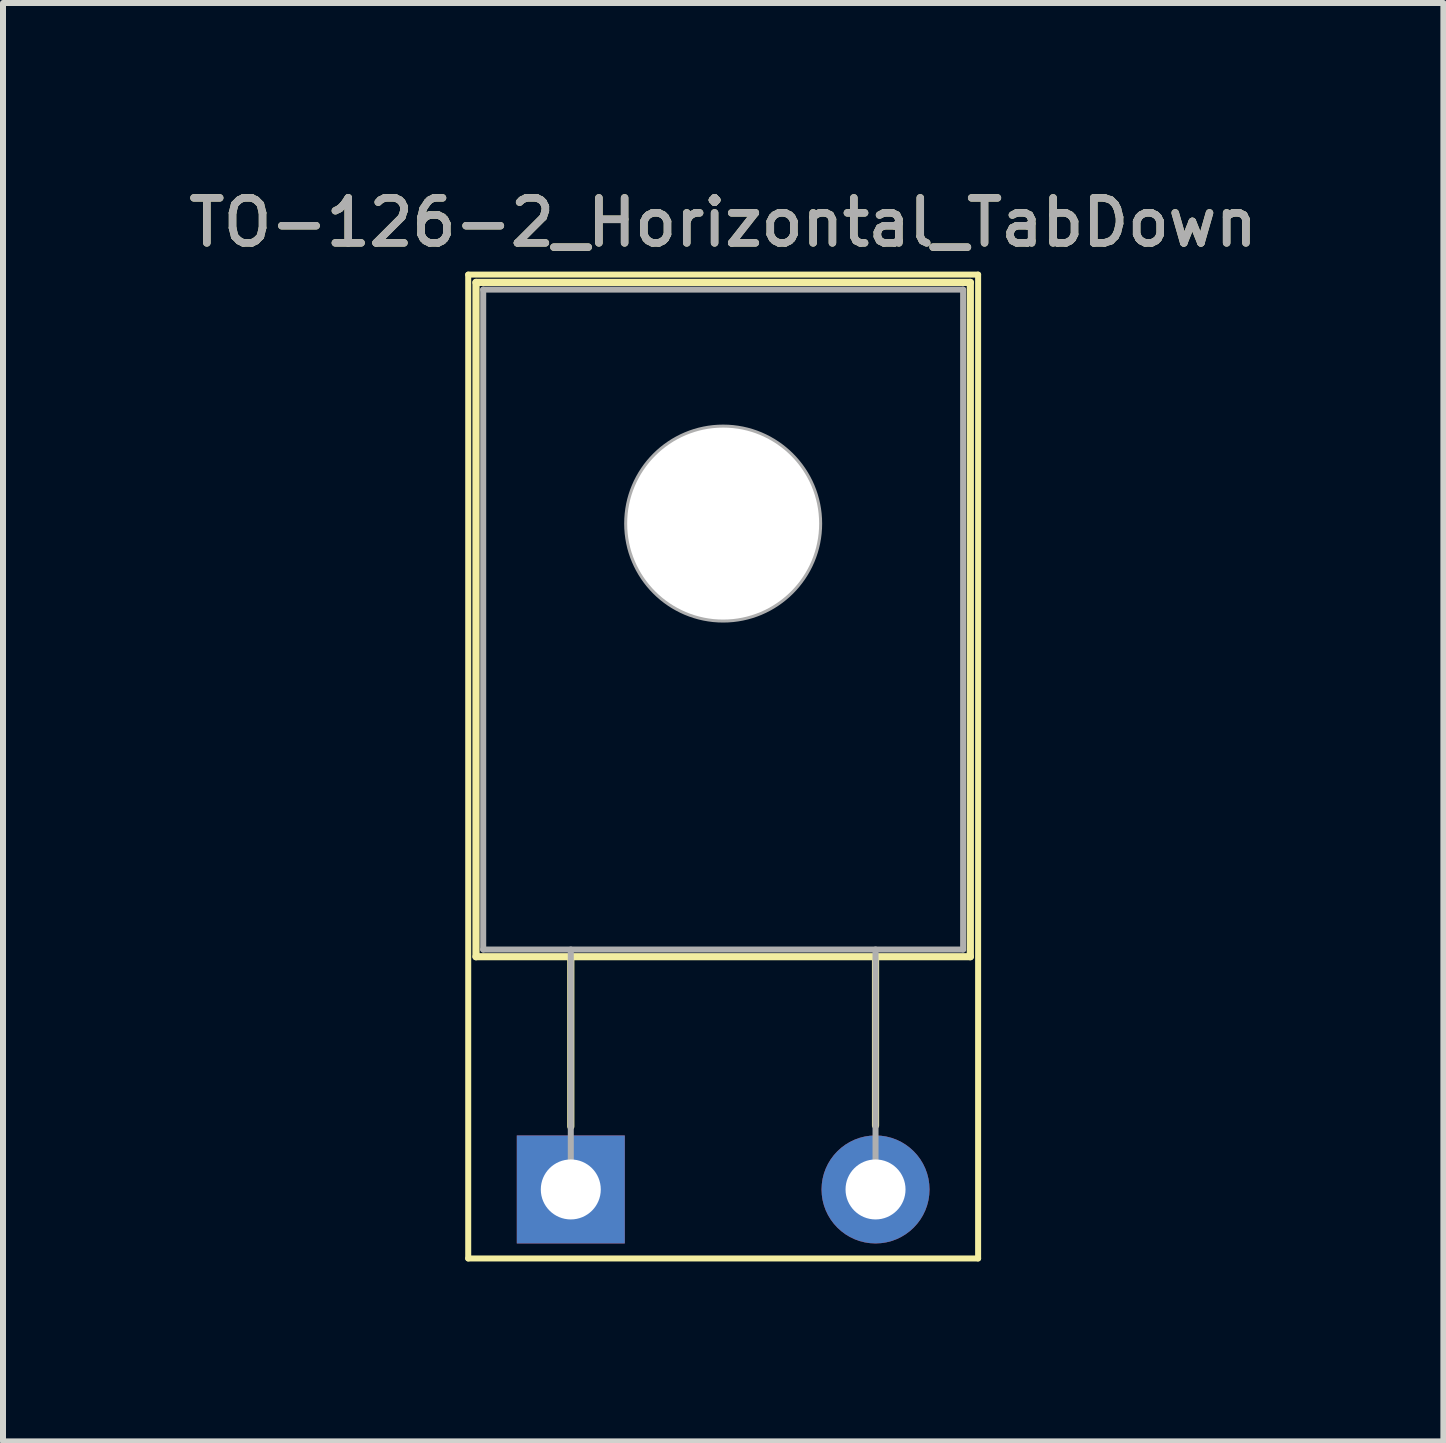
<source format=kicad_pcb>
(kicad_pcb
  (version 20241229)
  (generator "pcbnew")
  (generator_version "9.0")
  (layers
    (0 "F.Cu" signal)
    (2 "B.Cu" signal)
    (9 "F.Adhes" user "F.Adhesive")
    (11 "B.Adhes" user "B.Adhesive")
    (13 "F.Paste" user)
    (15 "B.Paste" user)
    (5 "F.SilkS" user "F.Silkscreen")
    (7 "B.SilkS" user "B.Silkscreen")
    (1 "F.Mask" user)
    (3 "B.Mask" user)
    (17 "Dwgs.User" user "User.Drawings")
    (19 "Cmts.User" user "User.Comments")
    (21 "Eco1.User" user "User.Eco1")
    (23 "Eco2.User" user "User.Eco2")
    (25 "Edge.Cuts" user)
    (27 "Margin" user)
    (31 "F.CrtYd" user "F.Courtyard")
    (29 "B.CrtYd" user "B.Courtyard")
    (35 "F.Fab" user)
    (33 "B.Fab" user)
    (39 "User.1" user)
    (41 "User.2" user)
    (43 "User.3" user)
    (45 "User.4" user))
  (footprint "TO-126-2_Horizontal_TabDown"
    (layer "F.Cu")
    (at 6.465 16.778)
    (property "Reference" "TO-126-2_Horizontal_TabDown" (at 2.54 -16.12 0) (layer "F.SilkS") (effects (font (size 0.75 0.75) (thickness 0.125))))
    (attr through_hole)
    (fp_line (start -1.71 -15.25) (end -1.71 1.15) (stroke (width 0.1) (type solid)) (layer "F.SilkS"))
    (fp_line (start -1.71 1.15) (end 6.79 1.15) (stroke (width 0.1) (type solid)) (layer "F.SilkS"))
    (fp_line (start -1.58 -15.12) (end -1.58 -3.88) (stroke (width 0.12) (type solid)) (layer "F.SilkS"))
    (fp_line (start -1.58 -15.12) (end 6.66 -15.12) (stroke (width 0.12) (type solid)) (layer "F.SilkS"))
    (fp_line (start -1.58 -3.88) (end 6.66 -3.88) (stroke (width 0.12) (type solid)) (layer "F.SilkS"))
    (fp_line (start 0 -3.88) (end 0 -1.05) (stroke (width 0.12) (type solid)) (layer "F.SilkS"))
    (fp_line (start 5.08 -3.88) (end 5.08 -1.066) (stroke (width 0.12) (type solid)) (layer "F.SilkS"))
    (fp_line (start 6.66 -15.12) (end 6.66 -3.88) (stroke (width 0.12) (type solid)) (layer "F.SilkS"))
    (fp_line (start 6.79 -15.25) (end -1.71 -15.25) (stroke (width 0.1) (type solid)) (layer "F.SilkS"))
    (fp_line (start 6.79 1.15) (end 6.79 -15.25) (stroke (width 0.1) (type solid)) (layer "F.SilkS"))
    (fp_line (start -1.46 -15) (end 6.54 -15) (stroke (width 0.1) (type solid)) (layer "F.Fab"))
    (fp_line (start -1.46 -4) (end -1.46 -15) (stroke (width 0.1) (type solid)) (layer "F.Fab"))
    (fp_line (start 0 -4) (end 0 0) (stroke (width 0.1) (type solid)) (layer "F.Fab"))
    (fp_line (start 5.08 -4) (end 5.08 0) (stroke (width 0.1) (type solid)) (layer "F.Fab"))
    (fp_line (start 6.54 -15) (end 6.54 -4) (stroke (width 0.1) (type solid)) (layer "F.Fab"))
    (fp_line (start 6.54 -4) (end -1.46 -4) (stroke (width 0.1) (type solid)) (layer "F.Fab"))
    (fp_circle (center 2.54 -11.1) (end 4.14 -11.1) (stroke (width 0.1) (type solid)) (fill no) (layer "F.Fab"))
    (fp_text user "${REFERENCE}" (at 2.54 -16.12 0) (layer "F.Fab") (effects (font (size 0.75 0.75) (thickness 0.125))))
    (pad "" np_thru_hole circle (at 2.54 -11.1) (size 3.2 3.2) (drill 3.2) (layers "*.Cu" "*.Mask"))
    (pad "1" thru_hole rect (at 0 0) (size 1.8 1.8) (drill 1) (layers "*.Cu" "*.Mask"))
    (pad "2" thru_hole circle (at 5.08 0) (size 1.8 1.8) (drill 1) (layers "*.Cu" "*.Mask")))
  (gr_rect
    (start -3 -3)
    (end 21.011 20.978)
    (stroke (width 0.1) (type default))
    (fill no)
    (layer "Edge.Cuts")))
</source>
